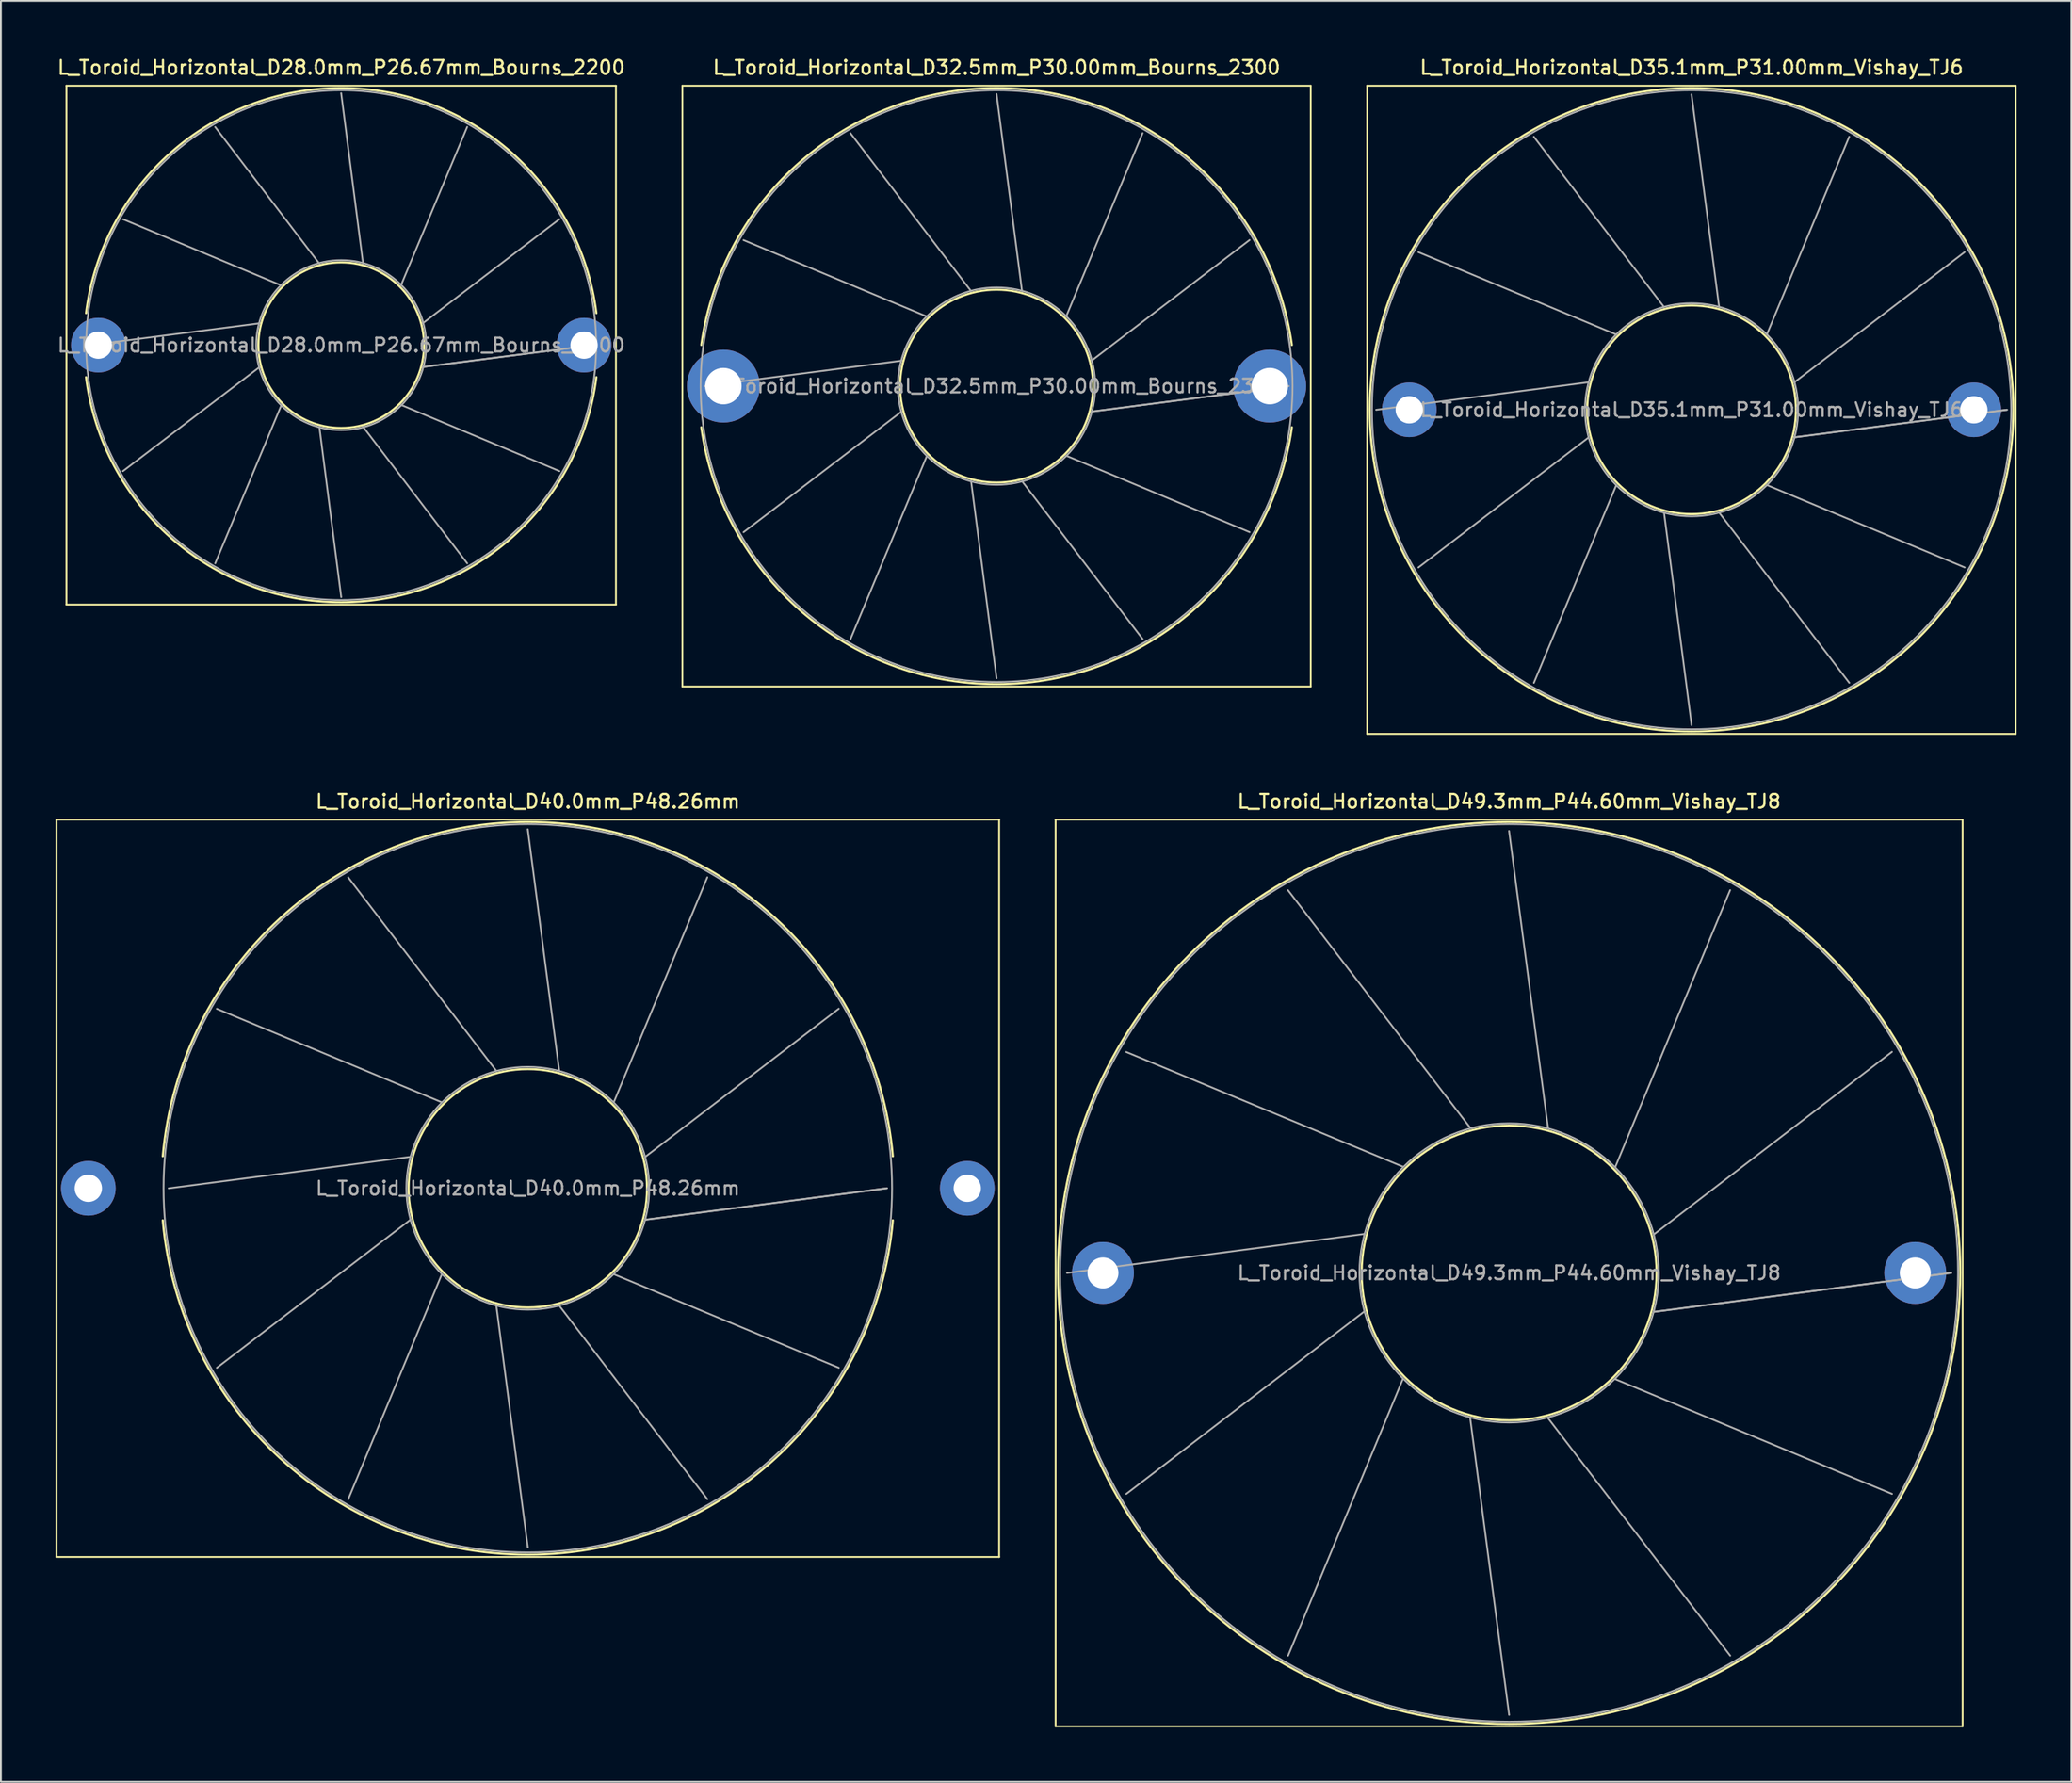
<source format=kicad_pcb>
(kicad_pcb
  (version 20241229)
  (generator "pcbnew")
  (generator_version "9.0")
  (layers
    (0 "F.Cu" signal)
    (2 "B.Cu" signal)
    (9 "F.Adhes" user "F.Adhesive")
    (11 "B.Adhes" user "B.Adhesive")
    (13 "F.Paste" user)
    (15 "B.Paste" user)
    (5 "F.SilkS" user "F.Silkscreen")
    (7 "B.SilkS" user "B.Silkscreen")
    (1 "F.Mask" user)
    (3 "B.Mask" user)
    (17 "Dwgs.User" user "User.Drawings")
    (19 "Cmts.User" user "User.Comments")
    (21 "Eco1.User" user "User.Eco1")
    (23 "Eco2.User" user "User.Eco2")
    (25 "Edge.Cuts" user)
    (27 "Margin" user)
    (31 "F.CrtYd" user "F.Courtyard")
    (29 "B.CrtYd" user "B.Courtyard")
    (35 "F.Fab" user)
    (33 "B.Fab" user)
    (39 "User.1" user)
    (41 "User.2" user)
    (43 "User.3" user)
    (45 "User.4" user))
  (footprint "L_Toroid_Horizontal_D32.5mm_P30.00mm_Bourns_2300"
    (layer "F.Cu")
    (at 36.668 18.158)
    (property "Reference" "L_Toroid_Horizontal_D32.5mm_P30.00mm_Bourns_2300" (at 15 -17.5 0) (layer "F.SilkS") (effects (font (size 0.75 0.75) (thickness 0.125))))
    (attr through_hole)
    (fp_line (start -2.25 -16.5) (end -2.25 16.5) (stroke (width 0.1) (type solid)) (layer "F.SilkS"))
    (fp_line (start -2.25 16.5) (end 32.25 16.5) (stroke (width 0.1) (type solid)) (layer "F.SilkS"))
    (fp_line (start 32.25 -16.5) (end -2.25 -16.5) (stroke (width 0.1) (type solid)) (layer "F.SilkS"))
    (fp_line (start 32.25 16.5) (end 32.25 -16.5) (stroke (width 0.1) (type solid)) (layer "F.SilkS"))
    (fp_arc (start -1.213245 -2.26) (mid 15 -16.37) (end 31.213245 -2.26) (stroke (width 0.12) (type solid)) (layer "F.SilkS"))
    (fp_arc (start 31.213245 2.26) (mid 15 16.37) (end -1.213245 2.26) (stroke (width 0.12) (type solid)) (layer "F.SilkS"))
    (fp_circle (center 15 0) (end 20.297 0) (stroke (width 0.12) (type solid)) (fill no) (layer "F.SilkS"))
    (fp_line (start -1.043 0.001) (end 9.781 -1.398) (stroke (width 0.1) (type solid)) (layer "F.Fab"))
    (fp_line (start 1.106 -8.02) (end 11.179 -3.82) (stroke (width 0.1) (type solid)) (layer "F.Fab"))
    (fp_line (start 1.107 8.022) (end 9.782 1.399) (stroke (width 0.1) (type solid)) (layer "F.Fab"))
    (fp_line (start 6.977 -13.892) (end 13.601 -5.218) (stroke (width 0.1) (type solid)) (layer "F.Fab"))
    (fp_line (start 6.98 13.894) (end 11.18 3.82) (stroke (width 0.1) (type solid)) (layer "F.Fab"))
    (fp_line (start 14.998 -16.043) (end 16.398 -5.219) (stroke (width 0.1) (type solid)) (layer "F.Fab"))
    (fp_line (start 15.001 16.043) (end 13.602 5.219) (stroke (width 0.1) (type solid)) (layer "F.Fab"))
    (fp_line (start 23.019 -13.895) (end 18.82 -3.821) (stroke (width 0.1) (type solid)) (layer "F.Fab"))
    (fp_line (start 23.022 13.893) (end 16.398 5.218) (stroke (width 0.1) (type solid)) (layer "F.Fab"))
    (fp_line (start 28.892 -8.024) (end 20.218 -1.399) (stroke (width 0.1) (type solid)) (layer "F.Fab"))
    (fp_line (start 28.893 8.021) (end 18.82 3.82) (stroke (width 0.1) (type solid)) (layer "F.Fab"))
    (fp_line (start 31.043 -0.003) (end 20.219 1.397) (stroke (width 0.1) (type solid)) (layer "F.Fab"))
    (fp_line (start 31.043 0) (end 20.219 1.398) (stroke (width 0.1) (type solid)) (layer "F.Fab"))
    (fp_circle (center 15 0) (end 20.417 0) (stroke (width 0.1) (type solid)) (fill no) (layer "F.Fab"))
    (fp_circle (center 15 0) (end 31.25 0) (stroke (width 0.1) (type solid)) (fill no) (layer "F.Fab"))
    (fp_text user "${REFERENCE}" (at 15 0 0) (layer "F.Fab") (effects (font (size 0.75 0.75) (thickness 0.125))))
    (pad "1" thru_hole circle (at 0 0) (size 4 4) (drill 2) (layers "*.Cu" "*.Mask"))
    (pad "2" thru_hole circle (at 30 0) (size 4 4) (drill 2) (layers "*.Cu" "*.Mask")))
  (footprint "L_Toroid_Horizontal_D28.0mm_P26.67mm_Bourns_2200"
    (layer "F.Cu")
    (at 2.349 15.908)
    (property "Reference" "L_Toroid_Horizontal_D28.0mm_P26.67mm_Bourns_2200" (at 13.335 -15.25 0) (layer "F.SilkS") (effects (font (size 0.75 0.75) (thickness 0.125))))
    (attr through_hole)
    (fp_line (start -1.75 -14.25) (end -1.75 14.25) (stroke (width 0.1) (type solid)) (layer "F.SilkS"))
    (fp_line (start -1.75 14.25) (end 28.42 14.25) (stroke (width 0.1) (type solid)) (layer "F.SilkS"))
    (fp_line (start 28.42 -14.25) (end -1.75 -14.25) (stroke (width 0.1) (type solid)) (layer "F.SilkS"))
    (fp_line (start 28.42 14.25) (end 28.42 -14.25) (stroke (width 0.1) (type solid)) (layer "F.SilkS"))
    (fp_arc (start -0.674882 -1.76) (mid 13.335 -14.12) (end 27.344882 -1.76) (stroke (width 0.12) (type solid)) (layer "F.SilkS"))
    (fp_arc (start 27.344882 1.76) (mid 13.335 14.12) (end -0.674882 1.76) (stroke (width 0.12) (type solid)) (layer "F.SilkS"))
    (fp_circle (center 13.335 0) (end 17.882 0) (stroke (width 0.12) (type solid)) (fill no) (layer "F.SilkS"))
    (fp_line (start -0.503 0.001) (end 8.855 -1.2) (stroke (width 0.1) (type solid)) (layer "F.Fab"))
    (fp_line (start 1.351 -6.918) (end 10.055 -3.279) (stroke (width 0.1) (type solid)) (layer "F.Fab"))
    (fp_line (start 1.352 6.92) (end 8.856 1.201) (stroke (width 0.1) (type solid)) (layer "F.Fab"))
    (fp_line (start 6.415 -11.983) (end 12.134 -4.479) (stroke (width 0.1) (type solid)) (layer "F.Fab"))
    (fp_line (start 6.417 11.984) (end 10.056 3.28) (stroke (width 0.1) (type solid)) (layer "F.Fab"))
    (fp_line (start 13.333 -13.838) (end 14.535 -4.48) (stroke (width 0.1) (type solid)) (layer "F.Fab"))
    (fp_line (start 13.336 13.838) (end 12.135 4.48) (stroke (width 0.1) (type solid)) (layer "F.Fab"))
    (fp_line (start 20.252 -11.985) (end 16.614 -3.28) (stroke (width 0.1) (type solid)) (layer "F.Fab"))
    (fp_line (start 20.254 11.983) (end 14.535 4.48) (stroke (width 0.1) (type solid)) (layer "F.Fab"))
    (fp_line (start 25.318 -6.921) (end 17.814 -1.201) (stroke (width 0.1) (type solid)) (layer "F.Fab"))
    (fp_line (start 25.319 6.919) (end 16.614 3.279) (stroke (width 0.1) (type solid)) (layer "F.Fab"))
    (fp_line (start 27.173 -0.003) (end 17.815 1.199) (stroke (width 0.1) (type solid)) (layer "F.Fab"))
    (fp_line (start 27.173 0) (end 17.815 1.2) (stroke (width 0.1) (type solid)) (layer "F.Fab"))
    (fp_circle (center 13.335 0) (end 18.002 0) (stroke (width 0.1) (type solid)) (fill no) (layer "F.Fab"))
    (fp_circle (center 13.335 0) (end 27.335 0) (stroke (width 0.1) (type solid)) (fill no) (layer "F.Fab"))
    (fp_text user "${REFERENCE}" (at 13.335 0 0) (layer "F.Fab") (effects (font (size 0.75 0.75) (thickness 0.125))))
    (pad "1" thru_hole circle (at 0 0) (size 3 3) (drill 1.5) (layers "*.Cu" "*.Mask"))
    (pad "2" thru_hole circle (at 26.67 0) (size 3 3) (drill 1.5) (layers "*.Cu" "*.Mask")))
  (footprint "L_Toroid_Horizontal_D35.1mm_P31.00mm_Vishay_TJ6"
    (layer "F.Cu")
    (at 74.328 19.458)
    (property "Reference" "L_Toroid_Horizontal_D35.1mm_P31.00mm_Vishay_TJ6" (at 15.5 -18.8 0) (layer "F.SilkS") (effects (font (size 0.75 0.75) (thickness 0.125))))
    (attr through_hole)
    (fp_line (start -2.31 -17.8) (end -2.31 17.8) (stroke (width 0.1) (type solid)) (layer "F.SilkS"))
    (fp_line (start -2.31 17.8) (end 33.3 17.8) (stroke (width 0.1) (type solid)) (layer "F.SilkS"))
    (fp_line (start 33.3 -17.8) (end -2.31 -17.8) (stroke (width 0.1) (type solid)) (layer "F.SilkS"))
    (fp_line (start 33.3 17.8) (end 33.3 -17.8) (stroke (width 0.1) (type solid)) (layer "F.SilkS"))
    (fp_circle (center 15.5 0) (end 21.23 0) (stroke (width 0.12) (type solid)) (fill no) (layer "F.SilkS"))
    (fp_circle (center 15.5 0) (end 33.17 0) (stroke (width 0.12) (type solid)) (fill no) (layer "F.SilkS"))
    (fp_line (start -1.817 0.002) (end 9.854 -1.512) (stroke (width 0.1) (type solid)) (layer "F.Fab"))
    (fp_line (start 0.502 -8.657) (end 11.367 -4.132) (stroke (width 0.1) (type solid)) (layer "F.Fab"))
    (fp_line (start 0.504 8.659) (end 9.855 1.513) (stroke (width 0.1) (type solid)) (layer "F.Fab"))
    (fp_line (start 6.84 -14.996) (end 13.987 -5.645) (stroke (width 0.1) (type solid)) (layer "F.Fab"))
    (fp_line (start 6.843 14.997) (end 11.368 4.133) (stroke (width 0.1) (type solid)) (layer "F.Fab"))
    (fp_line (start 15.498 -17.317) (end 17.012 -5.646) (stroke (width 0.1) (type solid)) (layer "F.Fab"))
    (fp_line (start 15.501 17.317) (end 13.988 5.646) (stroke (width 0.1) (type solid)) (layer "F.Fab"))
    (fp_line (start 24.156 -14.998) (end 19.632 -4.133) (stroke (width 0.1) (type solid)) (layer "F.Fab"))
    (fp_line (start 24.159 14.996) (end 17.013 5.645) (stroke (width 0.1) (type solid)) (layer "F.Fab"))
    (fp_line (start 30.495 -8.661) (end 21.145 -1.514) (stroke (width 0.1) (type solid)) (layer "F.Fab"))
    (fp_line (start 30.497 8.658) (end 19.633 4.133) (stroke (width 0.1) (type solid)) (layer "F.Fab"))
    (fp_line (start 32.817 -0.003) (end 21.146 1.512) (stroke (width 0.1) (type solid)) (layer "F.Fab"))
    (fp_line (start 32.817 0) (end 21.145 1.513) (stroke (width 0.1) (type solid)) (layer "F.Fab"))
    (fp_circle (center 15.5 0) (end 21.35 0) (stroke (width 0.1) (type solid)) (fill no) (layer "F.Fab"))
    (fp_circle (center 15.5 0) (end 33.05 0) (stroke (width 0.1) (type solid)) (fill no) (layer "F.Fab"))
    (fp_text user "${REFERENCE}" (at 15.5 0 0) (layer "F.Fab") (effects (font (size 0.75 0.75) (thickness 0.125))))
    (pad "1" thru_hole circle (at 0 0) (size 3 3) (drill 1.5) (layers "*.Cu" "*.Mask"))
    (pad "2" thru_hole circle (at 31 0) (size 3 3) (drill 1.5) (layers "*.Cu" "*.Mask")))
  (footprint "L_Toroid_Horizontal_D49.3mm_P44.60mm_Vishay_TJ8"
    (layer "F.Cu")
    (at 57.51 66.866)
    (property "Reference" "L_Toroid_Horizontal_D49.3mm_P44.60mm_Vishay_TJ8" (at 22.3 -25.9 0) (layer "F.SilkS") (effects (font (size 0.75 0.75) (thickness 0.125))))
    (attr through_hole)
    (fp_line (start -2.6 -24.9) (end -2.6 24.9) (stroke (width 0.1) (type solid)) (layer "F.SilkS"))
    (fp_line (start -2.6 24.9) (end 47.2 24.9) (stroke (width 0.1) (type solid)) (layer "F.SilkS"))
    (fp_line (start 47.2 -24.9) (end -2.6 -24.9) (stroke (width 0.1) (type solid)) (layer "F.SilkS"))
    (fp_line (start 47.2 24.9) (end 47.2 -24.9) (stroke (width 0.1) (type solid)) (layer "F.SilkS"))
    (fp_circle (center 22.3 0) (end 30.397 0) (stroke (width 0.12) (type solid)) (fill no) (layer "F.SilkS"))
    (fp_circle (center 22.3 0) (end 47.07 0) (stroke (width 0.12) (type solid)) (fill no) (layer "F.SilkS"))
    (fp_line (start -1.975 0.002) (end 14.323 -2.137) (stroke (width 0.1) (type solid)) (layer "F.Fab"))
    (fp_line (start 1.276 -12.135) (end 16.46 -5.839) (stroke (width 0.1) (type solid)) (layer "F.Fab"))
    (fp_line (start 1.279 12.139) (end 14.323 2.138) (stroke (width 0.1) (type solid)) (layer "F.Fab"))
    (fp_line (start 10.16 -21.021) (end 20.161 -7.977) (stroke (width 0.1) (type solid)) (layer "F.Fab"))
    (fp_line (start 10.164 21.023) (end 16.461 5.84) (stroke (width 0.1) (type solid)) (layer "F.Fab"))
    (fp_line (start 22.297 -24.275) (end 24.436 -7.978) (stroke (width 0.1) (type solid)) (layer "F.Fab"))
    (fp_line (start 22.301 24.275) (end 20.163 7.977) (stroke (width 0.1) (type solid)) (layer "F.Fab"))
    (fp_line (start 34.434 -21.024) (end 28.139 -5.841) (stroke (width 0.1) (type solid)) (layer "F.Fab"))
    (fp_line (start 34.438 21.022) (end 24.438 7.977) (stroke (width 0.1) (type solid)) (layer "F.Fab"))
    (fp_line (start 43.32 -12.141) (end 30.277 -2.139) (stroke (width 0.1) (type solid)) (layer "F.Fab"))
    (fp_line (start 43.323 12.137) (end 28.14 5.84) (stroke (width 0.1) (type solid)) (layer "F.Fab"))
    (fp_line (start 46.575 -0.004) (end 30.278 2.136) (stroke (width 0.1) (type solid)) (layer "F.Fab"))
    (fp_line (start 46.575 0) (end 30.277 2.137) (stroke (width 0.1) (type solid)) (layer "F.Fab"))
    (fp_circle (center 22.3 0) (end 30.517 0) (stroke (width 0.1) (type solid)) (fill no) (layer "F.Fab"))
    (fp_circle (center 22.3 0) (end 46.95 0) (stroke (width 0.1) (type solid)) (fill no) (layer "F.Fab"))
    (fp_text user "${REFERENCE}" (at 22.3 0 0) (layer "F.Fab") (effects (font (size 0.75 0.75) (thickness 0.125))))
    (pad "1" thru_hole circle (at 0 0) (size 3.4 3.4) (drill 1.7) (layers "*.Cu" "*.Mask"))
    (pad "2" thru_hole circle (at 44.6 0) (size 3.4 3.4) (drill 1.7) (layers "*.Cu" "*.Mask")))
  (footprint "L_Toroid_Horizontal_D40.0mm_P48.26mm"
    (layer "F.Cu")
    (at 1.8 62.216)
    (property "Reference" "L_Toroid_Horizontal_D40.0mm_P48.26mm" (at 24.13 -21.25 0) (layer "F.SilkS") (effects (font (size 0.75 0.75) (thickness 0.125))))
    (attr through_hole)
    (fp_line (start -1.75 -20.25) (end -1.75 20.25) (stroke (width 0.1) (type solid)) (layer "F.SilkS"))
    (fp_line (start -1.75 20.25) (end 50.01 20.25) (stroke (width 0.1) (type solid)) (layer "F.SilkS"))
    (fp_line (start 50.01 -20.25) (end -1.75 -20.25) (stroke (width 0.1) (type solid)) (layer "F.SilkS"))
    (fp_line (start 50.01 20.25) (end 50.01 -20.25) (stroke (width 0.1) (type solid)) (layer "F.SilkS"))
    (fp_arc (start 4.087126 -1.76) (mid 24.13 -20.12) (end 44.172874 -1.76) (stroke (width 0.12) (type solid)) (layer "F.SilkS"))
    (fp_arc (start 44.172874 1.76) (mid 24.13 20.12) (end 4.087126 1.76) (stroke (width 0.12) (type solid)) (layer "F.SilkS"))
    (fp_circle (center 24.13 0) (end 30.677 0) (stroke (width 0.12) (type solid)) (fill no) (layer "F.SilkS"))
    (fp_line (start 4.412 0.002) (end 17.68 -1.728) (stroke (width 0.1) (type solid)) (layer "F.Fab"))
    (fp_line (start 7.053 -9.857) (end 19.408 -4.721) (stroke (width 0.1) (type solid)) (layer "F.Fab"))
    (fp_line (start 7.055 9.86) (end 17.68 1.729) (stroke (width 0.1) (type solid)) (layer "F.Fab"))
    (fp_line (start 14.269 -17.075) (end 22.401 -6.45) (stroke (width 0.1) (type solid)) (layer "F.Fab"))
    (fp_line (start 14.272 17.077) (end 19.409 4.722) (stroke (width 0.1) (type solid)) (layer "F.Fab"))
    (fp_line (start 24.127 -19.718) (end 25.857 -6.45) (stroke (width 0.1) (type solid)) (layer "F.Fab"))
    (fp_line (start 24.131 19.718) (end 22.402 6.45) (stroke (width 0.1) (type solid)) (layer "F.Fab"))
    (fp_line (start 33.986 -17.077) (end 28.851 -4.723) (stroke (width 0.1) (type solid)) (layer "F.Fab"))
    (fp_line (start 33.989 17.076) (end 25.859 6.45) (stroke (width 0.1) (type solid)) (layer "F.Fab"))
    (fp_line (start 41.204 -9.862) (end 30.58 -1.729) (stroke (width 0.1) (type solid)) (layer "F.Fab"))
    (fp_line (start 41.206 9.859) (end 28.852 4.722) (stroke (width 0.1) (type solid)) (layer "F.Fab"))
    (fp_line (start 43.848 -0.004) (end 30.58 1.727) (stroke (width 0.1) (type solid)) (layer "F.Fab"))
    (fp_line (start 43.848 0) (end 30.58 1.728) (stroke (width 0.1) (type solid)) (layer "F.Fab"))
    (fp_circle (center 24.13 0) (end 30.797 0) (stroke (width 0.1) (type solid)) (fill no) (layer "F.Fab"))
    (fp_circle (center 24.13 0) (end 44.13 0) (stroke (width 0.1) (type solid)) (fill no) (layer "F.Fab"))
    (fp_text user "${REFERENCE}" (at 24.13 0 0) (layer "F.Fab") (effects (font (size 0.75 0.75) (thickness 0.125))))
    (pad "1" thru_hole circle (at 0 0) (size 3 3) (drill 1.5) (layers "*.Cu" "*.Mask"))
    (pad "2" thru_hole circle (at 48.26 0) (size 3 3) (drill 1.5) (layers "*.Cu" "*.Mask")))
  (gr_rect
    (start -3 -3)
    (end 110.678 94.816)
    (stroke (width 0.1) (type default))
    (fill no)
    (layer "Edge.Cuts")))
</source>
